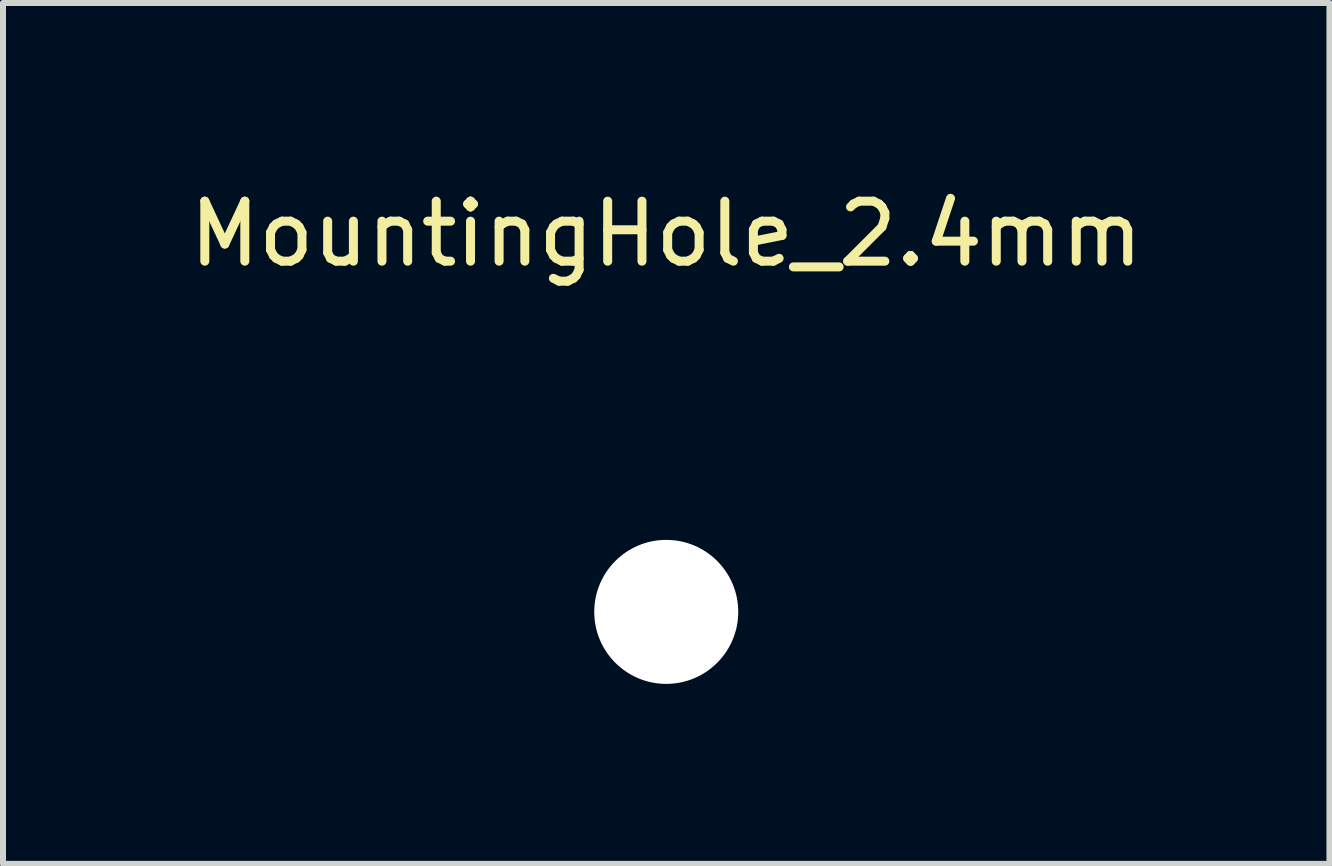
<source format=kicad_pcb>
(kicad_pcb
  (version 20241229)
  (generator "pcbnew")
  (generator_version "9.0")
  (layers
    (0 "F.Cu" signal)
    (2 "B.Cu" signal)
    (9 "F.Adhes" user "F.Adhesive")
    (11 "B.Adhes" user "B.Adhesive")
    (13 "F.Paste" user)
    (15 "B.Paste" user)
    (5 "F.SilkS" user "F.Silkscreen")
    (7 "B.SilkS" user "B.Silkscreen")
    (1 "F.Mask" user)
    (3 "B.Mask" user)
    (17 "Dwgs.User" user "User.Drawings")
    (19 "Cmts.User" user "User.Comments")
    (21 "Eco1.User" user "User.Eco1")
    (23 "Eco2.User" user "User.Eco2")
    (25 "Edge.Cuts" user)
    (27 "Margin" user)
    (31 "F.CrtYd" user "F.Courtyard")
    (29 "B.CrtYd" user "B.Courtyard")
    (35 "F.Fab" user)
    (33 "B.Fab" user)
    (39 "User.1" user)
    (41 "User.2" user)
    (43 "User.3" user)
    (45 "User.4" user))
  (footprint "MountingHole_2.4mm"
    (layer "F.Cu")
    (at 8.054 7.148)
    (property "Reference" "MountingHole_2.4mm" (at 0 -6.3 0) (layer "F.SilkS") (effects (font (size 1 1) (thickness 0.15))))
    (attr board_only exclude_from_pos_files exclude_from_bom)
    (pad "" np_thru_hole circle (at 0 0) (size 2.4 2.4) (drill 2.4) (layers "*.Cu" "*.Mask")))
  (gr_rect
    (start -3 -3)
    (end 19.107 11.348)
    (stroke (width 0.1) (type default))
    (fill no)
    (layer "Edge.Cuts")))
</source>
